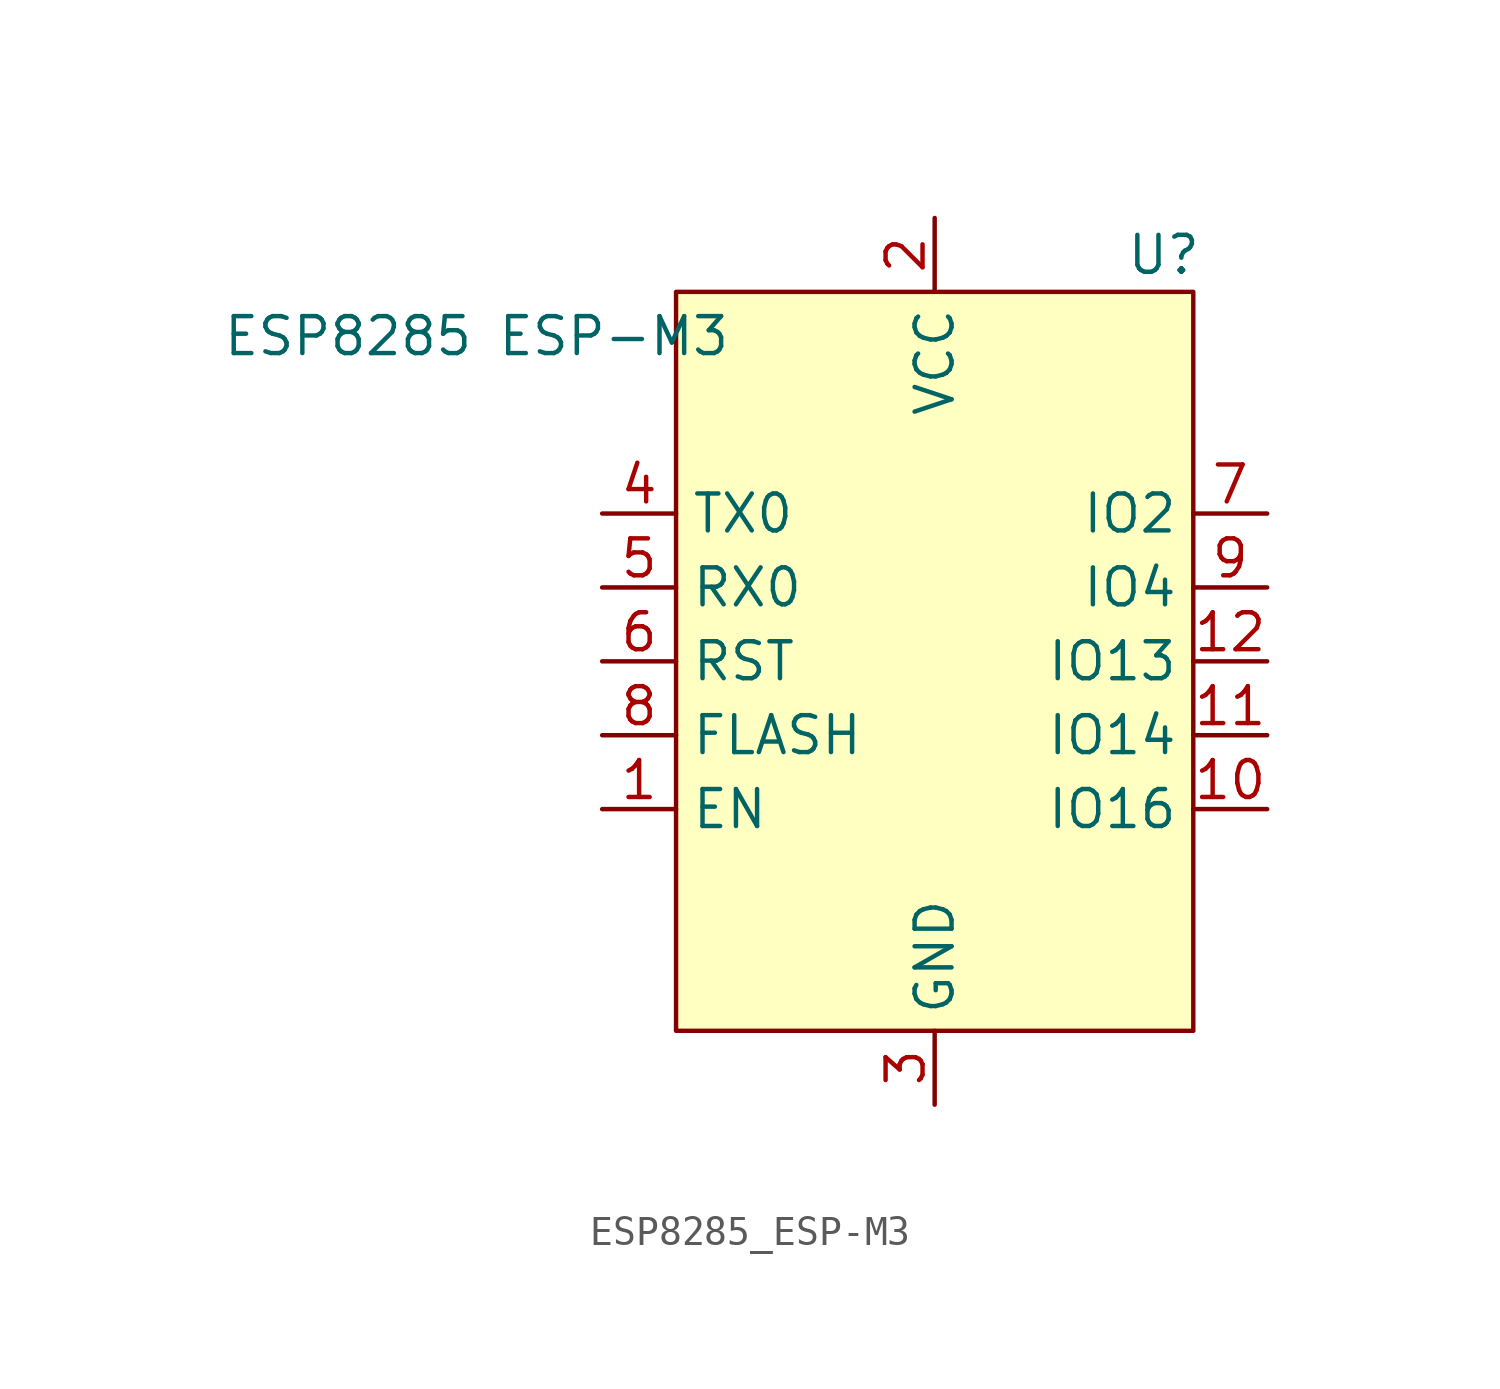
<source format=kicad_sym>
(kicad_symbol_lib
  (version 20241209)
  (generator "kicad_symbol_editor")
  (generator_version "9.0")
  (symbol "ESP8285_ESP-M3"
    (property "Reference" "U"
      (at 7.874 17.78 0)
      (effects (font (size 1.27 1.27))))
    (property "Value" "ESP8285 ESP-M3"
      (at -15.748 14.986 0)
      (effects (font (size 1.27 1.27))))
    (symbol "ESP8285_ESP-M3_1_1"
      (rectangle (start -8.89 16.51) (end 8.89 -8.89) (stroke (width 0) (type solid)) (fill (type background)))
      (pin input line (at -11.43 8.89 0) (length 2.54) (name "TX0" (effects (font (size 1.27 1.27)))) (number "4" (effects (font (size 1.27 1.27)))))
      (pin input line (at -11.43 6.35 0) (length 2.54) (name "RX0" (effects (font (size 1.27 1.27)))) (number "5" (effects (font (size 1.27 1.27)))))
      (pin input line (at -11.43 3.81 0) (length 2.54) (name "RST" (effects (font (size 1.27 1.27)))) (number "6" (effects (font (size 1.27 1.27)))))
      (pin input line (at -11.43 1.27 0) (length 2.54) (name "FLASH" (effects (font (size 1.27 1.27)))) (number "8" (effects (font (size 1.27 1.27)))))
      (pin input line (at -11.43 -1.27 0) (length 2.54) (name "EN" (effects (font (size 1.27 1.27)))) (number "1" (effects (font (size 1.27 1.27)))))
      (pin input line (at 0 19.05 270) (length 2.54) (name "VCC" (effects (font (size 1.27 1.27)))) (number "2" (effects (font (size 1.27 1.27)))))
      (pin input line (at 0 -11.43 90) (length 2.54) (name "GND" (effects (font (size 1.27 1.27)))) (number "3" (effects (font (size 1.27 1.27)))))
      (pin input line (at 11.43 8.89 180) (length 2.54) (name "IO2" (effects (font (size 1.27 1.27)))) (number "7" (effects (font (size 1.27 1.27)))))
      (pin input line (at 11.43 6.35 180) (length 2.54) (name "IO4" (effects (font (size 1.27 1.27)))) (number "9" (effects (font (size 1.27 1.27)))))
      (pin input line (at 11.43 3.81 180) (length 2.54) (name "IO13" (effects (font (size 1.27 1.27)))) (number "12" (effects (font (size 1.27 1.27)))))
      (pin input line (at 11.43 1.27 180) (length 2.54) (name "IO14" (effects (font (size 1.27 1.27)))) (number "11" (effects (font (size 1.27 1.27)))))
      (pin input line (at 11.43 -1.27 180) (length 2.54) (name "IO16" (effects (font (size 1.27 1.27)))) (number "10" (effects (font (size 1.27 1.27))))))))
</source>
